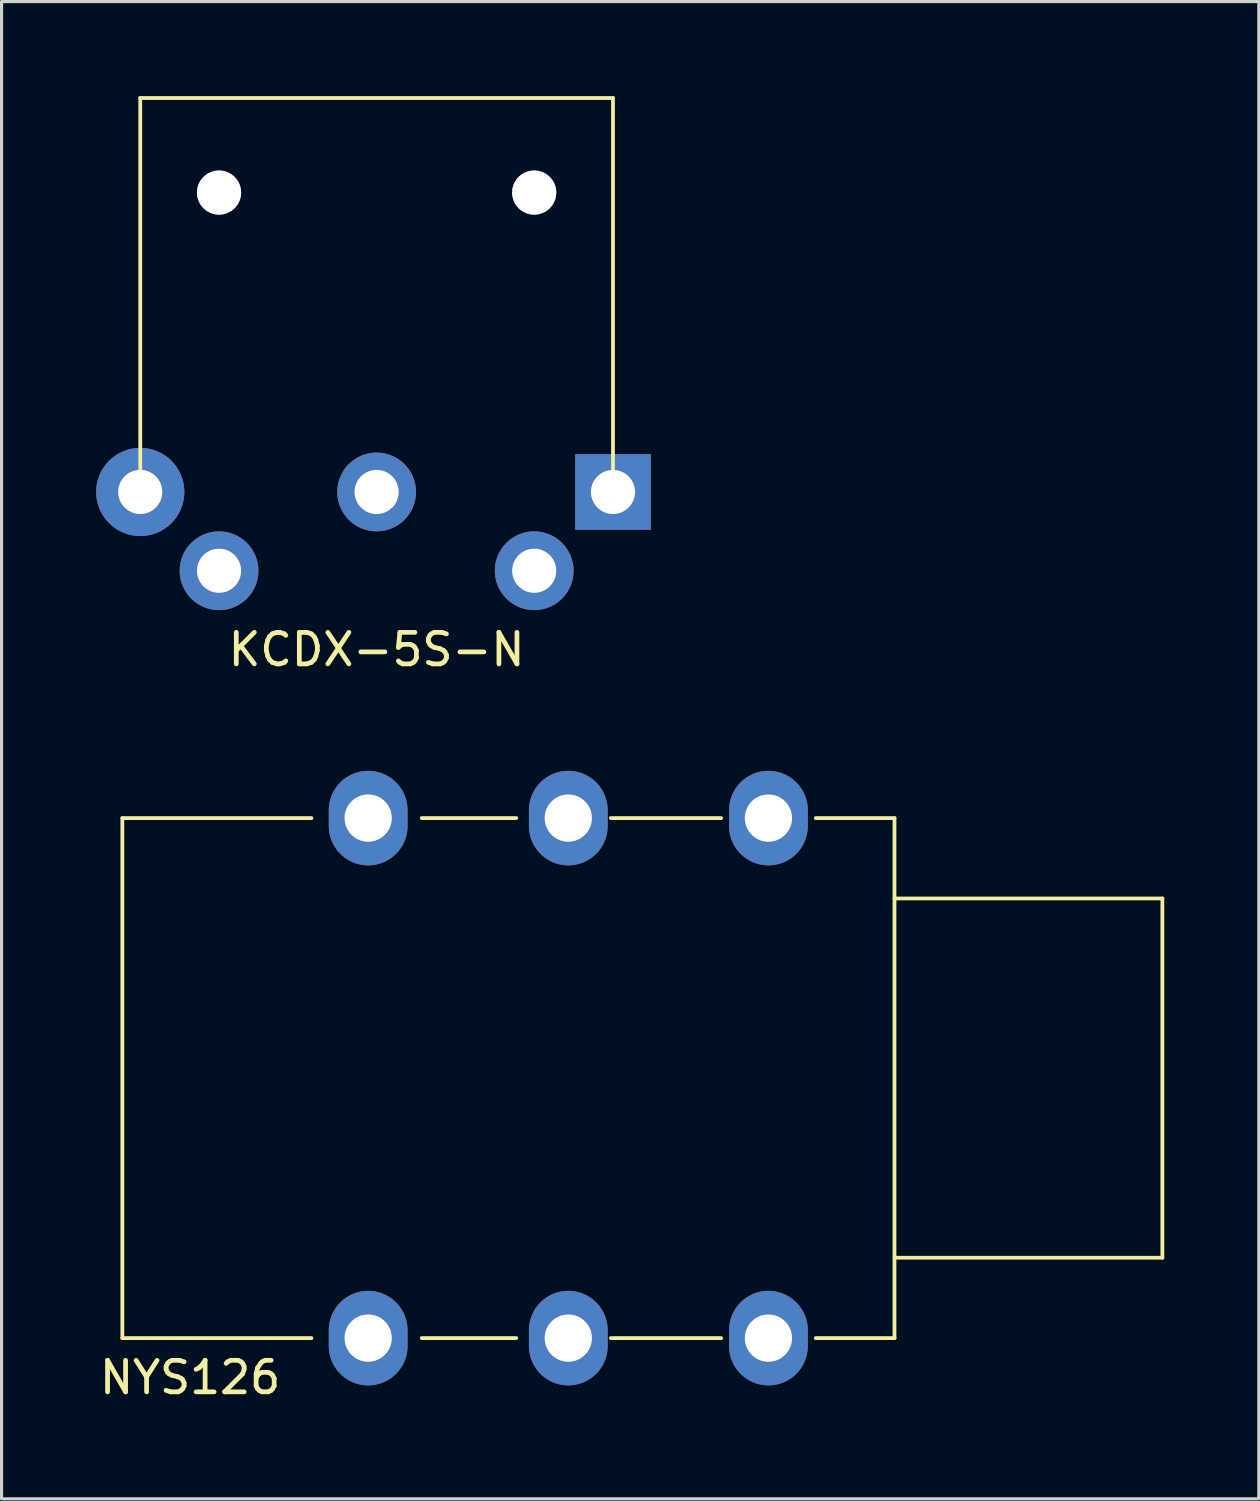
<source format=kicad_pcb>
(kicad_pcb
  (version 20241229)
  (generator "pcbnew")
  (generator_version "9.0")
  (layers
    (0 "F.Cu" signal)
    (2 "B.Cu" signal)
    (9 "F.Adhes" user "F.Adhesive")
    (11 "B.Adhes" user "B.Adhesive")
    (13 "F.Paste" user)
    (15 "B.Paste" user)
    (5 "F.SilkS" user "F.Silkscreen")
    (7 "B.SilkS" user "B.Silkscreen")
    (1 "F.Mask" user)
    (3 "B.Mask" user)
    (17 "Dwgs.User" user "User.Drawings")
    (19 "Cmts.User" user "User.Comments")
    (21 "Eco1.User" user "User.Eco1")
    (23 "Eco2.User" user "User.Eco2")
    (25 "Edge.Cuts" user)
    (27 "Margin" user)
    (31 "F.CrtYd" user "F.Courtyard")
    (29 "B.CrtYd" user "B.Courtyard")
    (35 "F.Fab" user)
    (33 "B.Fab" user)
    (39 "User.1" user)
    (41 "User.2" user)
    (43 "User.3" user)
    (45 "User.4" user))
  (footprint "NYS126"
    (layer "F.Cu")
    (at 14.982 31.158)
    (property "Reference" "NYS126" (at -12 9.5 0) (layer "F.SilkS") (effects (font (size 1 1) (thickness 0.15))))
    (attr through_hole)
    (fp_line (start -14.15 -8.25) (end -14.15 8.25) (stroke (width 0.12) (type solid)) (layer "F.SilkS"))
    (fp_line (start -14.15 -8.25) (end -8.15 -8.25) (stroke (width 0.12) (type solid)) (layer "F.SilkS"))
    (fp_line (start -14.15 8.25) (end -8.15 8.25) (stroke (width 0.12) (type solid)) (layer "F.SilkS"))
    (fp_line (start -4.65 -8.25) (end -1.65 -8.25) (stroke (width 0.12) (type solid)) (layer "F.SilkS"))
    (fp_line (start -4.65 8.25) (end -1.65 8.25) (stroke (width 0.12) (type solid)) (layer "F.SilkS"))
    (fp_line (start 4.85 -8.25) (end 1.35 -8.25) (stroke (width 0.12) (type solid)) (layer "F.SilkS"))
    (fp_line (start 4.85 8.25) (end 1.35 8.25) (stroke (width 0.12) (type solid)) (layer "F.SilkS"))
    (fp_line (start 10.35 -8.25) (end 7.85 -8.25) (stroke (width 0.12) (type solid)) (layer "F.SilkS"))
    (fp_line (start 10.35 -8.25) (end 10.35 8.25) (stroke (width 0.12) (type solid)) (layer "F.SilkS"))
    (fp_line (start 10.35 8.25) (end 7.85 8.25) (stroke (width 0.12) (type solid)) (layer "F.SilkS"))
    (fp_line (start 18.85 -5.7) (end 10.35 -5.7) (stroke (width 0.12) (type solid)) (layer "F.SilkS"))
    (fp_line (start 18.85 -5.7) (end 18.85 5.7) (stroke (width 0.12) (type solid)) (layer "F.SilkS"))
    (fp_line (start 18.85 5.7) (end 10.35 5.7) (stroke (width 0.12) (type solid)) (layer "F.SilkS"))
    (pad "R1" thru_hole oval (at 0 -8.25 180) (size 2.5 3) (drill 1.5) (layers "*.Cu" "*.Mask"))
    (pad "RN1" thru_hole oval (at 0 8.25 180) (size 2.5 3) (drill 1.5) (layers "*.Cu" "*.Mask"))
    (pad "S1" thru_hole oval (at 6.35 -8.25) (size 2.5 3) (drill 1.5) (layers "*.Cu" "*.Mask"))
    (pad "SN1" thru_hole oval (at 6.35 8.25) (size 2.5 3) (drill 1.5) (layers "*.Cu" "*.Mask"))
    (pad "T1" thru_hole oval (at -6.35 -8.25 180) (size 2.5 3) (drill 1.5) (layers "*.Cu" "*.Mask"))
    (pad "TN1" thru_hole oval (at -6.35 8.25 180) (size 2.5 3) (drill 1.5) (layers "*.Cu" "*.Mask")))
  (footprint "KCDX-5S-N"
    (layer "F.Cu")
    (at 8.9 12.56)
    (property "Reference" "KCDX-5S-N" (at 0 5 0) (layer "F.SilkS") (effects (font (size 1 1) (thickness 0.15))))
    (attr through_hole)
    (fp_line (start -7.5 -12.5) (end -7.5 0) (stroke (width 0.12) (type solid)) (layer "F.SilkS"))
    (fp_line (start 7.5 -12.5) (end -7.5 -12.5) (stroke (width 0.12) (type solid)) (layer "F.SilkS"))
    (fp_line (start 7.5 0) (end 7.5 -12.5) (stroke (width 0.12) (type solid)) (layer "F.SilkS"))
    (pad "" thru_hole circle (at -5 -9.5) (size 1.4 1.4) (drill 1.4) (layers "*.Cu" "*.Mask"))
    (pad "" thru_hole circle (at 5 -9.5) (size 1.4 1.4) (drill 1.4) (layers "*.Cu" "*.Mask"))
    (pad "1" thru_hole rect (at 7.5 0) (size 2.4 2.4) (drill 1.4) (layers "*.Cu" "*.Mask"))
    (pad "2" thru_hole circle (at 0 0) (size 2.5 2.5) (drill 1.4) (layers "*.Cu" "*.Mask"))
    (pad "3" thru_hole circle (at -7.5 0) (size 2.8 2.8) (drill 1.4) (layers "*.Cu" "*.Mask"))
    (pad "4" thru_hole circle (at 5 2.5) (size 2.5 2.5) (drill 1.4) (layers "*.Cu" "*.Mask"))
    (pad "5" thru_hole circle (at -5 2.5) (size 2.5 2.5) (drill 1.4) (layers "*.Cu" "*.Mask")))
  (gr_rect
    (start -3 -3)
    (end 36.892 44.507)
    (stroke (width 0.1) (type default))
    (fill no)
    (layer "Edge.Cuts")))
</source>
